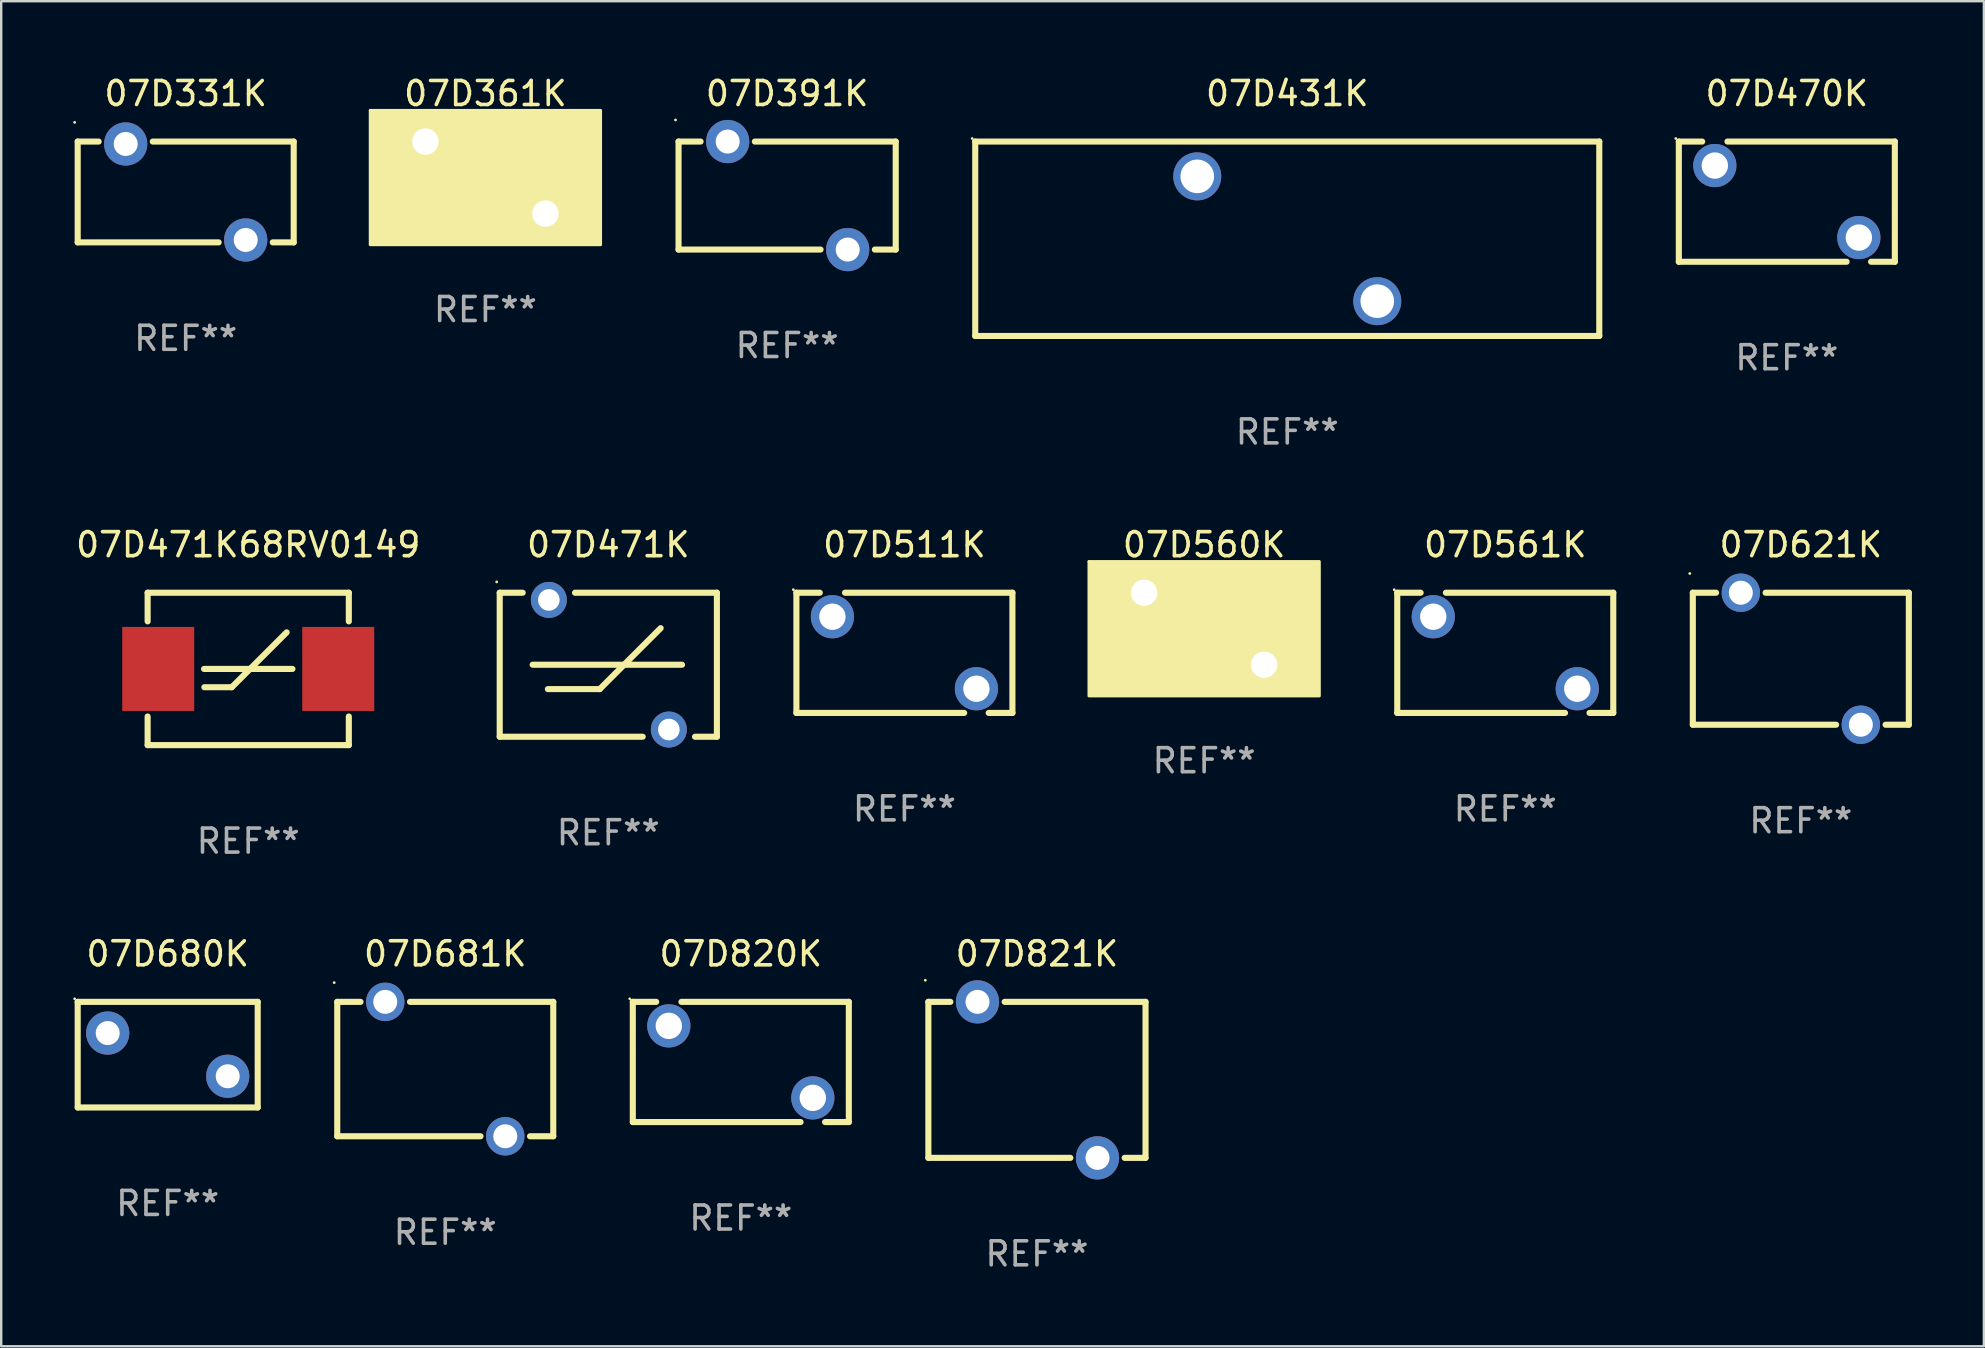
<source format=kicad_pcb>
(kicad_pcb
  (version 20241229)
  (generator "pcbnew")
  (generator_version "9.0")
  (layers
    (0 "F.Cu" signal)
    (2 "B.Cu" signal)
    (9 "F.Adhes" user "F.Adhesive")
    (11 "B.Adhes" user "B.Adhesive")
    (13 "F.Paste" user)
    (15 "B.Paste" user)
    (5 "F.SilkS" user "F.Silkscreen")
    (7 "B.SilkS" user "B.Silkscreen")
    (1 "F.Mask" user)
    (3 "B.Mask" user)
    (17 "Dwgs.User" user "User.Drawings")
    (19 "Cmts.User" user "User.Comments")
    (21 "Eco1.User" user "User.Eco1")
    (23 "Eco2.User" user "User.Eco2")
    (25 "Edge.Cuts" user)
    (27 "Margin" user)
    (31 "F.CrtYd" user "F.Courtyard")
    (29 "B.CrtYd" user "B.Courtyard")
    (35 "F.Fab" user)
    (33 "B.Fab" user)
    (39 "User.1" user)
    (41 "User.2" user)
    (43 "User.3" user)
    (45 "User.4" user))
  (footprint "07D470K"
    (layer "F.Cu")
    (at 71.396 5.352)
    (property "Reference" "07D470K" (at 0 -4.504 0) (layer "F.SilkS") (effects (font (size 1 1) (thickness 0.15))))
    (attr through_hole)
    (fp_line (start -4.5 -2.504) (end -4.5 2.504) (stroke (width 0.254) (type solid)) (layer "F.SilkS"))
    (fp_line (start -4.5 -2.504) (end -3.526 -2.504) (stroke (width 0.254) (type solid)) (layer "F.SilkS"))
    (fp_line (start -4.5 2.504) (end 2.49 2.504) (stroke (width 0.254) (type solid)) (layer "F.SilkS"))
    (fp_line (start -2.474 -2.504) (end 4.5 -2.504) (stroke (width 0.254) (type solid)) (layer "F.SilkS"))
    (fp_line (start 3.51 2.504) (end 4.5 2.504) (stroke (width 0.254) (type solid)) (layer "F.SilkS"))
    (fp_line (start 4.5 2.504) (end 4.5 -2.504) (stroke (width 0.254) (type solid)) (layer "F.SilkS"))
    (fp_circle (center -4.627 -2.631) (end -4.597 -2.631) (stroke (width 0.06) (type solid)) (fill no) (layer "F.SilkS"))
    (fp_text user "REF**" (at 0 6.504 0) (layer "F.Fab") (effects (font (size 1 1) (thickness 0.15))))
    (pad "1" thru_hole circle (at -3 -1.504) (size 1.8 1.8) (drill 1.1) (layers "*.Cu" "*.Mask"))
    (pad "2" thru_hole circle (at 3 1.496) (size 1.8 1.8) (drill 1.1) (layers "*.Cu" "*.Mask")))
  (footprint "07D561K"
    (layer "F.Cu")
    (at 59.665 24.149)
    (property "Reference" "07D561K" (at 0 -4.504 0) (layer "F.SilkS") (effects (font (size 1 1) (thickness 0.15))))
    (attr through_hole)
    (fp_line (start -4.5 -2.504) (end -4.5 2.504) (stroke (width 0.254) (type solid)) (layer "F.SilkS"))
    (fp_line (start -4.5 -2.504) (end -3.526 -2.504) (stroke (width 0.254) (type solid)) (layer "F.SilkS"))
    (fp_line (start -4.5 2.504) (end 2.49 2.504) (stroke (width 0.254) (type solid)) (layer "F.SilkS"))
    (fp_line (start -2.474 -2.504) (end 4.5 -2.504) (stroke (width 0.254) (type solid)) (layer "F.SilkS"))
    (fp_line (start 3.51 2.504) (end 4.5 2.504) (stroke (width 0.254) (type solid)) (layer "F.SilkS"))
    (fp_line (start 4.5 2.504) (end 4.5 -2.504) (stroke (width 0.254) (type solid)) (layer "F.SilkS"))
    (fp_circle (center -4.627 -2.631) (end -4.597 -2.631) (stroke (width 0.06) (type solid)) (fill no) (layer "F.SilkS"))
    (fp_text user "REF**" (at 0 6.504 0) (layer "F.Fab") (effects (font (size 1 1) (thickness 0.15))))
    (pad "1" thru_hole circle (at -3 -1.504) (size 1.8 1.8) (drill 1.1) (layers "*.Cu" "*.Mask"))
    (pad "2" thru_hole circle (at 3 1.496) (size 1.8 1.8) (drill 1.1) (layers "*.Cu" "*.Mask")))
  (footprint "07D681K"
    (layer "F.Cu")
    (at 15.501 41.491)
    (property "Reference" "07D681K" (at 0 -4.8 0) (layer "F.SilkS") (effects (font (size 1 1) (thickness 0.15))))
    (attr through_hole)
    (fp_line (start -4.5 -2.8) (end -3.531 -2.8) (stroke (width 0.254) (type solid)) (layer "F.SilkS"))
    (fp_line (start -4.5 2.8) (end -4.5 -2.8) (stroke (width 0.254) (type solid)) (layer "F.SilkS"))
    (fp_line (start -4.5 2.8) (end 1.469 2.8) (stroke (width 0.254) (type solid)) (layer "F.SilkS"))
    (fp_line (start -1.469 -2.8) (end 4.5 -2.8) (stroke (width 0.254) (type solid)) (layer "F.SilkS"))
    (fp_line (start 3.531 2.8) (end 4.5 2.8) (stroke (width 0.254) (type solid)) (layer "F.SilkS"))
    (fp_line (start 4.5 -2.8) (end 4.5 2.8) (stroke (width 0.254) (type solid)) (layer "F.SilkS"))
    (fp_circle (center -4.627 -3.6) (end -4.597 -3.6) (stroke (width 0.06) (type solid)) (fill no) (layer "F.SilkS"))
    (fp_text user "REF**" (at 0 6.8 0) (layer "F.Fab") (effects (font (size 1 1) (thickness 0.15))))
    (pad "1" thru_hole circle (at -2.5 -2.8) (size 1.6 1.6) (drill 1) (layers "*.Cu" "*.Mask"))
    (pad "2" thru_hole circle (at 2.5 2.8) (size 1.6 1.6) (drill 1) (layers "*.Cu" "*.Mask")))
  (footprint "07D331K"
    (layer "F.Cu")
    (at 4.687 4.948)
    (property "Reference" "07D331K" (at 0 -4.1 0) (layer "F.SilkS") (effects (font (size 1 1) (thickness 0.15))))
    (attr through_hole)
    (fp_line (start -4.5 -2.1) (end -4.5 2.1) (stroke (width 0.254) (type solid)) (layer "F.SilkS"))
    (fp_line (start -4.5 -2.1) (end -3.627 -2.1) (stroke (width 0.254) (type solid)) (layer "F.SilkS"))
    (fp_line (start -4.5 2.1) (end 1.373 2.1) (stroke (width 0.254) (type solid)) (layer "F.SilkS"))
    (fp_line (start -1.373 -2.1) (end 4.5 -2.1) (stroke (width 0.254) (type solid)) (layer "F.SilkS"))
    (fp_line (start 3.627 2.1) (end 4.5 2.1) (stroke (width 0.254) (type solid)) (layer "F.SilkS"))
    (fp_line (start 4.5 -2.1) (end 4.5 2.1) (stroke (width 0.254) (type solid)) (layer "F.SilkS"))
    (fp_circle (center -4.627 -2.9) (end -4.597 -2.9) (stroke (width 0.06) (type solid)) (fill no) (layer "F.SilkS"))
    (fp_text user "REF**" (at 0 6.1 0) (layer "F.Fab") (effects (font (size 1 1) (thickness 0.15))))
    (pad "1" thru_hole circle (at -2.5 -2) (size 1.8 1.8) (drill 1) (layers "*.Cu" "*.Mask"))
    (pad "2" thru_hole circle (at 2.5 2) (size 1.8 1.8) (drill 1) (layers "*.Cu" "*.Mask")))
  (footprint "07D471K68RV0149"
    (layer "F.Cu")
    (at 7.292 24.82)
    (property "Reference" "07D471K68RV0149" (at 0 -5.175 0) (layer "F.SilkS") (effects (font (size 1 1) (thickness 0.15))))
    (attr through_hole)
    (fp_line (start -4.191 -3.175) (end 4.191 -3.175) (stroke (width 0.254) (type solid)) (layer "F.SilkS"))
    (fp_line (start -4.191 -1.981) (end -4.191 -3.175) (stroke (width 0.254) (type solid)) (layer "F.SilkS"))
    (fp_line (start -4.191 3.175) (end -4.191 1.981) (stroke (width 0.254) (type solid)) (layer "F.SilkS"))
    (fp_line (start -1.841 0) (end 1.842 0) (stroke (width 0.254) (type solid)) (layer "F.SilkS"))
    (fp_line (start -1.828 0.762) (end -0.685 0.762) (stroke (width 0.254) (type solid)) (layer "F.SilkS"))
    (fp_line (start -0.685 0.762) (end 1.601 -1.524) (stroke (width 0.254) (type solid)) (layer "F.SilkS"))
    (fp_line (start 4.191 -3.175) (end 4.191 -1.981) (stroke (width 0.254) (type solid)) (layer "F.SilkS"))
    (fp_line (start 4.191 1.981) (end 4.191 3.175) (stroke (width 0.254) (type solid)) (layer "F.SilkS"))
    (fp_line (start 4.191 3.175) (end -4.191 3.175) (stroke (width 0.254) (type solid)) (layer "F.SilkS"))
    (fp_circle (center -4.1 3.15) (end -4.07 3.15) (stroke (width 0.06) (type solid)) (fill no) (layer "F.SilkS"))
    (fp_text user "REF**" (at 0 7.175 0) (layer "F.Fab") (effects (font (size 1 1) (thickness 0.15))))
    (pad "1" smd rect (at -3.75 0) (size 3 3.5) (layers "F.Cu" "F.Mask" "F.Paste"))
    (pad "2" smd rect (at 3.75 0) (size 3 3.5) (layers "F.Cu" "F.Mask" "F.Paste")))
  (footprint "07D820K"
    (layer "F.Cu")
    (at 27.815 41.195)
    (property "Reference" "07D820K" (at 0 -4.504 0) (layer "F.SilkS") (effects (font (size 1 1) (thickness 0.15))))
    (attr through_hole)
    (fp_line (start -4.5 -2.504) (end -4.5 2.504) (stroke (width 0.254) (type solid)) (layer "F.SilkS"))
    (fp_line (start -4.5 -2.504) (end -3.526 -2.504) (stroke (width 0.254) (type solid)) (layer "F.SilkS"))
    (fp_line (start -4.5 2.504) (end 2.49 2.504) (stroke (width 0.254) (type solid)) (layer "F.SilkS"))
    (fp_line (start -2.474 -2.504) (end 4.5 -2.504) (stroke (width 0.254) (type solid)) (layer "F.SilkS"))
    (fp_line (start 3.51 2.504) (end 4.5 2.504) (stroke (width 0.254) (type solid)) (layer "F.SilkS"))
    (fp_line (start 4.5 2.504) (end 4.5 -2.504) (stroke (width 0.254) (type solid)) (layer "F.SilkS"))
    (fp_circle (center -4.627 -2.631) (end -4.597 -2.631) (stroke (width 0.06) (type solid)) (fill no) (layer "F.SilkS"))
    (fp_text user "REF**" (at 0 6.504 0) (layer "F.Fab") (effects (font (size 1 1) (thickness 0.15))))
    (pad "1" thru_hole circle (at -3 -1.504) (size 1.8 1.8) (drill 1.1) (layers "*.Cu" "*.Mask"))
    (pad "2" thru_hole circle (at 3 1.496) (size 1.8 1.8) (drill 1.1) (layers "*.Cu" "*.Mask")))
  (footprint "07D680K"
    (layer "F.Cu")
    (at 3.937 40.891)
    (property "Reference" "07D680K" (at 0 -4.2 0) (layer "F.SilkS") (effects (font (size 1 1) (thickness 0.15))))
    (attr through_hole)
    (fp_line (start -3.75 -2.2) (end 3.75 -2.2) (stroke (width 0.254) (type solid)) (layer "F.SilkS"))
    (fp_line (start -3.75 2.2) (end -3.75 -2.2) (stroke (width 0.254) (type solid)) (layer "F.SilkS"))
    (fp_line (start 3.75 -2.2) (end 3.75 2.2) (stroke (width 0.254) (type solid)) (layer "F.SilkS"))
    (fp_line (start 3.75 2.2) (end -3.75 2.2) (stroke (width 0.254) (type solid)) (layer "F.SilkS"))
    (fp_circle (center -3.877 -2.327) (end -3.847 -2.327) (stroke (width 0.06) (type solid)) (fill no) (layer "F.SilkS"))
    (fp_text user "REF**" (at 0 6.2 0) (layer "F.Fab") (effects (font (size 1 1) (thickness 0.15))))
    (pad "1" thru_hole circle (at -2.5 -0.9) (size 1.8 1.8) (drill 1) (layers "*.Cu" "*.Mask"))
    (pad "2" thru_hole circle (at 2.5 0.9) (size 1.8 1.8) (drill 1) (layers "*.Cu" "*.Mask")))
  (footprint "07D621K"
    (layer "F.Cu")
    (at 71.979 24.395)
    (property "Reference" "07D621K" (at 0 -4.75 0) (layer "F.SilkS") (effects (font (size 1 1) (thickness 0.15))))
    (attr through_hole)
    (fp_line (start -4.5 -2.75) (end -3.531 -2.75) (stroke (width 0.254) (type solid)) (layer "F.SilkS"))
    (fp_line (start -4.5 2.75) (end -4.5 -2.75) (stroke (width 0.254) (type solid)) (layer "F.SilkS"))
    (fp_line (start -4.5 2.75) (end 1.469 2.75) (stroke (width 0.254) (type solid)) (layer "F.SilkS"))
    (fp_line (start -1.469 -2.75) (end 4.5 -2.75) (stroke (width 0.254) (type solid)) (layer "F.SilkS"))
    (fp_line (start 3.531 2.75) (end 4.5 2.75) (stroke (width 0.254) (type solid)) (layer "F.SilkS"))
    (fp_line (start 4.5 -2.75) (end 4.5 2.75) (stroke (width 0.254) (type solid)) (layer "F.SilkS"))
    (fp_circle (center -4.627 -3.55) (end -4.597 -3.55) (stroke (width 0.06) (type solid)) (fill no) (layer "F.SilkS"))
    (fp_text user "REF**" (at 0 6.75 0) (layer "F.Fab") (effects (font (size 1 1) (thickness 0.15))))
    (pad "1" thru_hole circle (at -2.5 -2.75) (size 1.6 1.6) (drill 1) (layers "*.Cu" "*.Mask"))
    (pad "2" thru_hole circle (at 2.5 2.75) (size 1.6 1.6) (drill 1) (layers "*.Cu" "*.Mask")))
  (footprint "07D361K"
    (layer "F.Cu")
    (at 17.174 4.348)
    (property "Reference" "07D361K" (at 0 -3.5 0) (layer "F.SilkS") (effects (font (size 1 1) (thickness 0.15))))
    (attr through_hole)
    (fp_circle (center -4.8 -2.8) (end -4.77 -2.8) (stroke (width 0.06) (type solid)) (fill no) (layer "F.SilkS"))
    (fp_poly (pts (xy -4.8 -2.8) (xy 4.8 -2.8) (xy 4.8 2.8) (xy -4.8 2.8)) (stroke (width 0.12) (type solid)) (fill yes) (layer "F.SilkS"))
    (fp_text user "REF**" (at 0 5.5 0) (layer "F.Fab") (effects (font (size 1 1) (thickness 0.15))))
    (pad "1" thru_hole circle (at -2.5 -1.5) (size 1.8 1.8) (drill 1.1) (layers "*.Cu" "*.Mask"))
    (pad "2" thru_hole circle (at 2.5 1.5) (size 1.8 1.8) (drill 1.1) (layers "*.Cu" "*.Mask")))
  (footprint "07D391K"
    (layer "F.Cu")
    (at 29.745 5.098)
    (property "Reference" "07D391K" (at 0 -4.25 0) (layer "F.SilkS") (effects (font (size 1 1) (thickness 0.15))))
    (attr through_hole)
    (fp_line (start -4.524 -2.25) (end -4.524 2.25) (stroke (width 0.254) (type solid)) (layer "F.SilkS"))
    (fp_line (start -4.524 -2.25) (end -3.607 -2.25) (stroke (width 0.254) (type solid)) (layer "F.SilkS"))
    (fp_line (start -4.524 2.25) (end 1.393 2.25) (stroke (width 0.254) (type solid)) (layer "F.SilkS"))
    (fp_line (start -1.346 -2.25) (end 4.524 -2.25) (stroke (width 0.254) (type solid)) (layer "F.SilkS"))
    (fp_line (start 3.654 2.25) (end 4.524 2.25) (stroke (width 0.254) (type solid)) (layer "F.SilkS"))
    (fp_line (start 4.524 -2.25) (end 4.524 2.25) (stroke (width 0.254) (type solid)) (layer "F.SilkS"))
    (fp_circle (center -4.651 -3.15) (end -4.621 -3.15) (stroke (width 0.06) (type solid)) (fill no) (layer "F.SilkS"))
    (fp_text user "REF**" (at 0 6.25 0) (layer "F.Fab") (effects (font (size 1 1) (thickness 0.15))))
    (pad "1" thru_hole circle (at -2.477 -2.25) (size 1.8 1.8) (drill 1) (layers "*.Cu" "*.Mask"))
    (pad "2" thru_hole circle (at 2.523 2.25) (size 1.8 1.8) (drill 1) (layers "*.Cu" "*.Mask")))
  (footprint "07D511K"
    (layer "F.Cu")
    (at 34.631 24.149)
    (property "Reference" "07D511K" (at 0 -4.504 0) (layer "F.SilkS") (effects (font (size 1 1) (thickness 0.15))))
    (attr through_hole)
    (fp_line (start -4.5 -2.504) (end -4.5 2.504) (stroke (width 0.254) (type solid)) (layer "F.SilkS"))
    (fp_line (start -4.5 -2.504) (end -3.526 -2.504) (stroke (width 0.254) (type solid)) (layer "F.SilkS"))
    (fp_line (start -4.5 2.504) (end 2.49 2.504) (stroke (width 0.254) (type solid)) (layer "F.SilkS"))
    (fp_line (start -2.474 -2.504) (end 4.5 -2.504) (stroke (width 0.254) (type solid)) (layer "F.SilkS"))
    (fp_line (start 3.51 2.504) (end 4.5 2.504) (stroke (width 0.254) (type solid)) (layer "F.SilkS"))
    (fp_line (start 4.5 2.504) (end 4.5 -2.504) (stroke (width 0.254) (type solid)) (layer "F.SilkS"))
    (fp_circle (center -4.627 -2.631) (end -4.597 -2.631) (stroke (width 0.06) (type solid)) (fill no) (layer "F.SilkS"))
    (fp_text user "REF**" (at 0 6.504 0) (layer "F.Fab") (effects (font (size 1 1) (thickness 0.15))))
    (pad "1" thru_hole circle (at -3 -1.504) (size 1.8 1.8) (drill 1.1) (layers "*.Cu" "*.Mask"))
    (pad "2" thru_hole circle (at 3 1.496) (size 1.8 1.8) (drill 1.1) (layers "*.Cu" "*.Mask")))
  (footprint "07D471K"
    (layer "F.Cu")
    (at 22.294 24.645)
    (property "Reference" "07D471K" (at 0 -5 0) (layer "F.SilkS") (effects (font (size 1 1) (thickness 0.15))))
    (attr through_hole)
    (fp_line (start -4.524 -3) (end -4.524 3) (stroke (width 0.254) (type solid)) (layer "F.SilkS"))
    (fp_line (start -4.524 -3) (end -3.567 -3) (stroke (width 0.254) (type solid)) (layer "F.SilkS"))
    (fp_line (start -4.524 3) (end 1.433 3) (stroke (width 0.254) (type solid)) (layer "F.SilkS"))
    (fp_line (start -3.152 0) (end 3.072 0) (stroke (width 0.254) (type solid)) (layer "F.SilkS"))
    (fp_line (start -2.517 1.016) (end -0.358 1.016) (stroke (width 0.254) (type solid)) (layer "F.SilkS"))
    (fp_line (start -1.386 -3) (end 4.524 -3) (stroke (width 0.254) (type solid)) (layer "F.SilkS"))
    (fp_line (start -0.358 1.016) (end 2.182 -1.524) (stroke (width 0.254) (type solid)) (layer "F.SilkS"))
    (fp_line (start 3.614 3) (end 4.524 3) (stroke (width 0.254) (type solid)) (layer "F.SilkS"))
    (fp_line (start 4.524 -3) (end 4.524 3) (stroke (width 0.254) (type solid)) (layer "F.SilkS"))
    (fp_circle (center -4.651 -3.45) (end -4.621 -3.45) (stroke (width 0.06) (type solid)) (fill no) (layer "F.SilkS"))
    (fp_text user "REF**" (at 0 7 0) (layer "F.Fab") (effects (font (size 1 1) (thickness 0.15))))
    (pad "1" thru_hole circle (at -2.477 -2.7) (size 1.5 1.5) (drill 0.9) (layers "*.Cu" "*.Mask"))
    (pad "2" thru_hole circle (at 2.523 2.7) (size 1.5 1.5) (drill 0.9) (layers "*.Cu" "*.Mask")))
  (footprint "07D431K"
    (layer "F.Cu")
    (at 50.582 6.898)
    (property "Reference" "07D431K" (at 0 -6.05 0) (layer "F.SilkS") (effects (font (size 1 1) (thickness 0.15))))
    (attr through_hole)
    (fp_line (start -13 -4.05) (end -13 4.05) (stroke (width 0.254) (type solid)) (layer "F.SilkS"))
    (fp_line (start -13 -4.05) (end 13 -4.05) (stroke (width 0.254) (type solid)) (layer "F.SilkS"))
    (fp_line (start 13 4.05) (end -13 4.05) (stroke (width 0.254) (type solid)) (layer "F.SilkS"))
    (fp_line (start 13 4.05) (end 13 -4.05) (stroke (width 0.254) (type solid)) (layer "F.SilkS"))
    (fp_circle (center -13.127 -4.177) (end -13.097 -4.177) (stroke (width 0.06) (type solid)) (fill no) (layer "F.SilkS"))
    (fp_text user "REF**" (at 0 8.05 0) (layer "F.Fab") (effects (font (size 1 1) (thickness 0.15))))
    (pad "1" thru_hole circle (at -3.75 -2.6) (size 2 2) (drill 1.4) (layers "*.Cu" "*.Mask"))
    (pad "2" thru_hole circle (at 3.75 2.6) (size 2 2) (drill 1.4) (layers "*.Cu" "*.Mask")))
  (footprint "07D560K"
    (layer "F.Cu")
    (at 47.119 23.145)
    (property "Reference" "07D560K" (at 0 -3.5 0) (layer "F.SilkS") (effects (font (size 1 1) (thickness 0.15))))
    (attr through_hole)
    (fp_circle (center -4.8 -2.8) (end -4.77 -2.8) (stroke (width 0.06) (type solid)) (fill no) (layer "F.SilkS"))
    (fp_poly (pts (xy -4.8 -2.8) (xy 4.8 -2.8) (xy 4.8 2.8) (xy -4.8 2.8)) (stroke (width 0.12) (type solid)) (fill yes) (layer "F.SilkS"))
    (fp_text user "REF**" (at 0 5.5 0) (layer "F.Fab") (effects (font (size 1 1) (thickness 0.15))))
    (pad "1" thru_hole circle (at -2.5 -1.5) (size 1.8 1.8) (drill 1.1) (layers "*.Cu" "*.Mask"))
    (pad "2" thru_hole circle (at 2.5 1.5) (size 1.8 1.8) (drill 1.1) (layers "*.Cu" "*.Mask")))
  (footprint "07D821K"
    (layer "F.Cu")
    (at 40.153 41.941)
    (property "Reference" "07D821K" (at 0 -5.25 0) (layer "F.SilkS") (effects (font (size 1 1) (thickness 0.15))))
    (attr through_hole)
    (fp_line (start -4.524 -3.25) (end -4.524 3.25) (stroke (width 0.254) (type solid)) (layer "F.SilkS"))
    (fp_line (start -4.524 -3.25) (end -3.607 -3.25) (stroke (width 0.254) (type solid)) (layer "F.SilkS"))
    (fp_line (start -4.524 3.25) (end 1.393 3.25) (stroke (width 0.254) (type solid)) (layer "F.SilkS"))
    (fp_line (start -1.346 -3.25) (end 4.524 -3.25) (stroke (width 0.254) (type solid)) (layer "F.SilkS"))
    (fp_line (start 3.654 3.25) (end 4.524 3.25) (stroke (width 0.254) (type solid)) (layer "F.SilkS"))
    (fp_line (start 4.524 -3.25) (end 4.524 3.25) (stroke (width 0.254) (type solid)) (layer "F.SilkS"))
    (fp_circle (center -4.651 -4.15) (end -4.621 -4.15) (stroke (width 0.06) (type solid)) (fill no) (layer "F.SilkS"))
    (fp_text user "REF**" (at 0 7.25 0) (layer "F.Fab") (effects (font (size 1 1) (thickness 0.15))))
    (pad "1" thru_hole circle (at -2.477 -3.25) (size 1.8 1.8) (drill 1) (layers "*.Cu" "*.Mask"))
    (pad "2" thru_hole circle (at 2.523 3.25) (size 1.8 1.8) (drill 1) (layers "*.Cu" "*.Mask")))
  (gr_rect
    (start -3 -3)
    (end 79.606 53.04)
    (stroke (width 0.1) (type default))
    (fill no)
    (layer "Edge.Cuts")))
</source>
